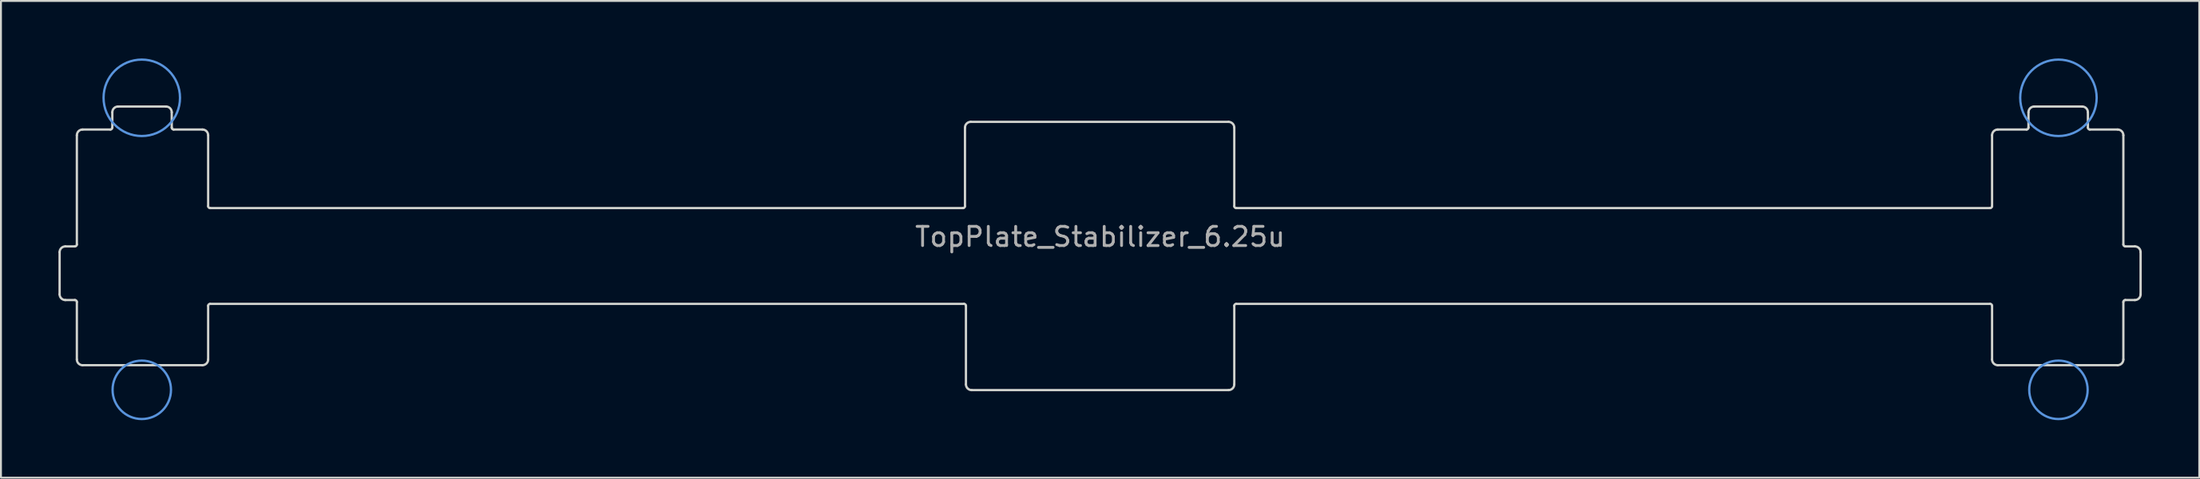
<source format=kicad_pcb>
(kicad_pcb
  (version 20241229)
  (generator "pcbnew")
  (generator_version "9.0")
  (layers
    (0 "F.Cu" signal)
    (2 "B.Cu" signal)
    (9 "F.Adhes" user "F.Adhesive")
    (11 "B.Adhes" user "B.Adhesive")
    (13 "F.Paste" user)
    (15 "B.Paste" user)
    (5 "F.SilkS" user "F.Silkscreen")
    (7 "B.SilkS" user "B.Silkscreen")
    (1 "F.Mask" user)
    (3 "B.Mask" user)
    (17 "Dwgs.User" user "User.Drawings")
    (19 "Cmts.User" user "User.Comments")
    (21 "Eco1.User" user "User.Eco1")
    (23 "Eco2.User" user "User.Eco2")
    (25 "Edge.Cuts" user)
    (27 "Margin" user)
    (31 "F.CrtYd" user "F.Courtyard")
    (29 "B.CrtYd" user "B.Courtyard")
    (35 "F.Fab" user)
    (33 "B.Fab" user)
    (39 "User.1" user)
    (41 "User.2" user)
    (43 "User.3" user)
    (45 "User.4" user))
  (footprint "TopPlate_Stabilizer_6.25u"
    (layer "F.Cu")
    (at 54.347 10.309)
    (property "Reference" "TopPlate_Stabilizer_6.25u" (at 0 -1 0) (layer "F.Fab") (effects (font (size 1 1) (thickness 0.15))))
    (attr through_hole)
    (fp_circle (center -50 -8.255) (end -48.006 -8.255) (stroke (width 0.12) (type solid)) (fill no) (layer "Cmts.User"))
    (fp_circle (center -50 6.985) (end -48.476 6.985) (stroke (width 0.12) (type solid)) (fill no) (layer "Cmts.User"))
    (fp_circle (center 50 -8.255) (end 51.994 -8.255) (stroke (width 0.12) (type solid)) (fill no) (layer "Cmts.User"))
    (fp_circle (center 50 6.985) (end 51.524 6.985) (stroke (width 0.12) (type solid)) (fill no) (layer "Cmts.User"))
    (fp_line (start -54.287 2) (end -54.287 -0.2) (stroke (width 0.12) (type solid)) (layer "Edge.Cuts"))
    (fp_line (start -53.987 -0.5) (end -53.487 -0.5) (stroke (width 0.12) (type solid)) (layer "Edge.Cuts"))
    (fp_line (start -53.487 2.3) (end -53.987 2.3) (stroke (width 0.12) (type solid)) (layer "Edge.Cuts"))
    (fp_line (start -53.387 -0.6) (end -53.387 -6.3) (stroke (width 0.12) (type solid)) (layer "Edge.Cuts"))
    (fp_line (start -53.387 5.4) (end -53.387 2.4) (stroke (width 0.12) (type solid)) (layer "Edge.Cuts"))
    (fp_line (start -53.087 -6.6) (end -51.637 -6.6) (stroke (width 0.12) (type solid)) (layer "Edge.Cuts"))
    (fp_line (start -51.537 -6.7) (end -51.537 -7.5) (stroke (width 0.12) (type solid)) (layer "Edge.Cuts"))
    (fp_line (start -51.237 -7.8) (end -48.737 -7.8) (stroke (width 0.12) (type solid)) (layer "Edge.Cuts"))
    (fp_line (start -48.437 -7.5) (end -48.437 -6.7) (stroke (width 0.12) (type solid)) (layer "Edge.Cuts"))
    (fp_line (start -48.337 -6.6) (end -46.837 -6.6) (stroke (width 0.12) (type solid)) (layer "Edge.Cuts"))
    (fp_line (start -46.837 5.7) (end -53.087 5.7) (stroke (width 0.12) (type solid)) (layer "Edge.Cuts"))
    (fp_line (start -46.537 -6.3) (end -46.537 -2.6) (stroke (width 0.12) (type solid)) (layer "Edge.Cuts"))
    (fp_line (start -46.537 2.6) (end -46.537 5.4) (stroke (width 0.12) (type solid)) (layer "Edge.Cuts"))
    (fp_line (start -46.437 -2.5) (end -7.15 -2.5) (stroke (width 0.12) (type solid)) (layer "Edge.Cuts"))
    (fp_line (start -7.1 2.5) (end -46.437 2.5) (stroke (width 0.12) (type solid)) (layer "Edge.Cuts"))
    (fp_line (start -7.05 -2.6) (end -7.05 -6.7) (stroke (width 0.12) (type solid)) (layer "Edge.Cuts"))
    (fp_line (start -7 6.7) (end -7 2.6) (stroke (width 0.12) (type solid)) (layer "Edge.Cuts"))
    (fp_line (start -6.75 -7) (end 6.7 -7) (stroke (width 0.12) (type solid)) (layer "Edge.Cuts"))
    (fp_line (start 6.7 7) (end -6.7 7) (stroke (width 0.12) (type solid)) (layer "Edge.Cuts"))
    (fp_line (start 7 -6.7) (end 7 -2.6) (stroke (width 0.12) (type solid)) (layer "Edge.Cuts"))
    (fp_line (start 7 2.6) (end 7 6.7) (stroke (width 0.12) (type solid)) (layer "Edge.Cuts"))
    (fp_line (start 7.1 -2.5) (end 46.437 -2.5) (stroke (width 0.12) (type solid)) (layer "Edge.Cuts"))
    (fp_line (start 46.437 2.5) (end 7.1 2.5) (stroke (width 0.12) (type solid)) (layer "Edge.Cuts"))
    (fp_line (start 46.537 -2.6) (end 46.537 -6.3) (stroke (width 0.12) (type solid)) (layer "Edge.Cuts"))
    (fp_line (start 46.537 5.4) (end 46.537 2.6) (stroke (width 0.12) (type solid)) (layer "Edge.Cuts"))
    (fp_line (start 46.837 -6.6) (end 48.337 -6.6) (stroke (width 0.12) (type solid)) (layer "Edge.Cuts"))
    (fp_line (start 48.437 -6.7) (end 48.437 -7.5) (stroke (width 0.12) (type solid)) (layer "Edge.Cuts"))
    (fp_line (start 48.737 -7.8) (end 51.237 -7.8) (stroke (width 0.12) (type solid)) (layer "Edge.Cuts"))
    (fp_line (start 51.537 -7.5) (end 51.537 -6.7) (stroke (width 0.12) (type solid)) (layer "Edge.Cuts"))
    (fp_line (start 51.637 -6.6) (end 53.087 -6.6) (stroke (width 0.12) (type solid)) (layer "Edge.Cuts"))
    (fp_line (start 53.087 5.7) (end 46.837 5.7) (stroke (width 0.12) (type solid)) (layer "Edge.Cuts"))
    (fp_line (start 53.387 -6.3) (end 53.387 -0.6) (stroke (width 0.12) (type solid)) (layer "Edge.Cuts"))
    (fp_line (start 53.387 2.4) (end 53.387 5.4) (stroke (width 0.12) (type solid)) (layer "Edge.Cuts"))
    (fp_line (start 53.487 -0.5) (end 53.987 -0.5) (stroke (width 0.12) (type solid)) (layer "Edge.Cuts"))
    (fp_line (start 53.987 2.3) (end 53.487 2.3) (stroke (width 0.12) (type solid)) (layer "Edge.Cuts"))
    (fp_line (start 54.287 -0.2) (end 54.287 2) (stroke (width 0.12) (type solid)) (layer "Edge.Cuts"))
    (fp_arc (start -54.287 -0.2) (mid -54.199132 -0.412132) (end -53.987 -0.5) (stroke (width 0.12) (type solid)) (layer "Edge.Cuts"))
    (fp_arc (start -53.987 2.3) (mid -54.199132 2.212132) (end -54.287 2) (stroke (width 0.12) (type solid)) (layer "Edge.Cuts"))
    (fp_arc (start -53.487 2.3) (mid -53.416289 2.329289) (end -53.387 2.4) (stroke (width 0.12) (type solid)) (layer "Edge.Cuts"))
    (fp_arc (start -53.387 -6.3) (mid -53.299132 -6.512132) (end -53.087 -6.6) (stroke (width 0.12) (type solid)) (layer "Edge.Cuts"))
    (fp_arc (start -53.387 -0.6) (mid -53.416289 -0.529289) (end -53.487 -0.5) (stroke (width 0.12) (type solid)) (layer "Edge.Cuts"))
    (fp_arc (start -53.087 5.7) (mid -53.299132 5.612132) (end -53.387 5.4) (stroke (width 0.12) (type solid)) (layer "Edge.Cuts"))
    (fp_arc (start -51.537 -7.5) (mid -51.449132 -7.712132) (end -51.237 -7.8) (stroke (width 0.12) (type solid)) (layer "Edge.Cuts"))
    (fp_arc (start -51.537 -6.7) (mid -51.566289 -6.629289) (end -51.637 -6.6) (stroke (width 0.12) (type solid)) (layer "Edge.Cuts"))
    (fp_arc (start -48.737 -7.8) (mid -48.524868 -7.712132) (end -48.437 -7.5) (stroke (width 0.12) (type solid)) (layer "Edge.Cuts"))
    (fp_arc (start -48.337 -6.6) (mid -48.407711 -6.629289) (end -48.437 -6.7) (stroke (width 0.12) (type solid)) (layer "Edge.Cuts"))
    (fp_arc (start -46.837 -6.6) (mid -46.624868 -6.512132) (end -46.537 -6.3) (stroke (width 0.12) (type solid)) (layer "Edge.Cuts"))
    (fp_arc (start -46.537 2.6) (mid -46.507711 2.529289) (end -46.437 2.5) (stroke (width 0.12) (type solid)) (layer "Edge.Cuts"))
    (fp_arc (start -46.537 5.4) (mid -46.624868 5.612132) (end -46.837 5.7) (stroke (width 0.12) (type solid)) (layer "Edge.Cuts"))
    (fp_arc (start -46.437 -2.5) (mid -46.507711 -2.529289) (end -46.537 -2.6) (stroke (width 0.12) (type solid)) (layer "Edge.Cuts"))
    (fp_arc (start -7.1 2.5) (mid -7.029289 2.529289) (end -7 2.6) (stroke (width 0.12) (type solid)) (layer "Edge.Cuts"))
    (fp_arc (start -7.05 -6.7) (mid -6.962132 -6.912132) (end -6.75 -7) (stroke (width 0.12) (type solid)) (layer "Edge.Cuts"))
    (fp_arc (start -7.05 -2.6) (mid -7.079289 -2.529289) (end -7.15 -2.5) (stroke (width 0.12) (type solid)) (layer "Edge.Cuts"))
    (fp_arc (start -6.7 7) (mid -6.912132 6.912132) (end -7 6.7) (stroke (width 0.12) (type solid)) (layer "Edge.Cuts"))
    (fp_arc (start 6.7 -7) (mid 6.912132 -6.912132) (end 7 -6.7) (stroke (width 0.12) (type solid)) (layer "Edge.Cuts"))
    (fp_arc (start 7 2.6) (mid 7.029289 2.529289) (end 7.1 2.5) (stroke (width 0.12) (type solid)) (layer "Edge.Cuts"))
    (fp_arc (start 7 6.7) (mid 6.912132 6.912132) (end 6.7 7) (stroke (width 0.12) (type solid)) (layer "Edge.Cuts"))
    (fp_arc (start 7.1 -2.5) (mid 7.029289 -2.529289) (end 7 -2.6) (stroke (width 0.12) (type solid)) (layer "Edge.Cuts"))
    (fp_arc (start 46.437 2.5) (mid 46.507711 2.529289) (end 46.537 2.6) (stroke (width 0.12) (type solid)) (layer "Edge.Cuts"))
    (fp_arc (start 46.537 -6.3) (mid 46.624868 -6.512132) (end 46.837 -6.6) (stroke (width 0.12) (type solid)) (layer "Edge.Cuts"))
    (fp_arc (start 46.537 -2.6) (mid 46.507711 -2.529289) (end 46.437 -2.5) (stroke (width 0.12) (type solid)) (layer "Edge.Cuts"))
    (fp_arc (start 46.837 5.7) (mid 46.624868 5.612132) (end 46.537 5.4) (stroke (width 0.12) (type solid)) (layer "Edge.Cuts"))
    (fp_arc (start 48.437 -7.5) (mid 48.524868 -7.712132) (end 48.737 -7.8) (stroke (width 0.12) (type solid)) (layer "Edge.Cuts"))
    (fp_arc (start 48.437 -6.7) (mid 48.407711 -6.629289) (end 48.337 -6.6) (stroke (width 0.12) (type solid)) (layer "Edge.Cuts"))
    (fp_arc (start 51.237 -7.8) (mid 51.449132 -7.712132) (end 51.537 -7.5) (stroke (width 0.12) (type solid)) (layer "Edge.Cuts"))
    (fp_arc (start 51.637 -6.6) (mid 51.566289 -6.629289) (end 51.537 -6.7) (stroke (width 0.12) (type solid)) (layer "Edge.Cuts"))
    (fp_arc (start 53.087 -6.6) (mid 53.299132 -6.512132) (end 53.387 -6.3) (stroke (width 0.12) (type solid)) (layer "Edge.Cuts"))
    (fp_arc (start 53.387 2.4) (mid 53.416289 2.329289) (end 53.487 2.3) (stroke (width 0.12) (type solid)) (layer "Edge.Cuts"))
    (fp_arc (start 53.387 5.4) (mid 53.299132 5.612132) (end 53.087 5.7) (stroke (width 0.12) (type solid)) (layer "Edge.Cuts"))
    (fp_arc (start 53.487 -0.5) (mid 53.416289 -0.529289) (end 53.387 -0.6) (stroke (width 0.12) (type solid)) (layer "Edge.Cuts"))
    (fp_arc (start 53.987 -0.5) (mid 54.199132 -0.412132) (end 54.287 -0.2) (stroke (width 0.12) (type solid)) (layer "Edge.Cuts"))
    (fp_arc (start 54.287 2) (mid 54.199132 2.212132) (end 53.987 2.3) (stroke (width 0.12) (type solid)) (layer "Edge.Cuts")))
  (gr_rect
    (start -3 -3)
    (end 111.694 21.878)
    (stroke (width 0.1) (type default))
    (fill no)
    (layer "Edge.Cuts")))
</source>
